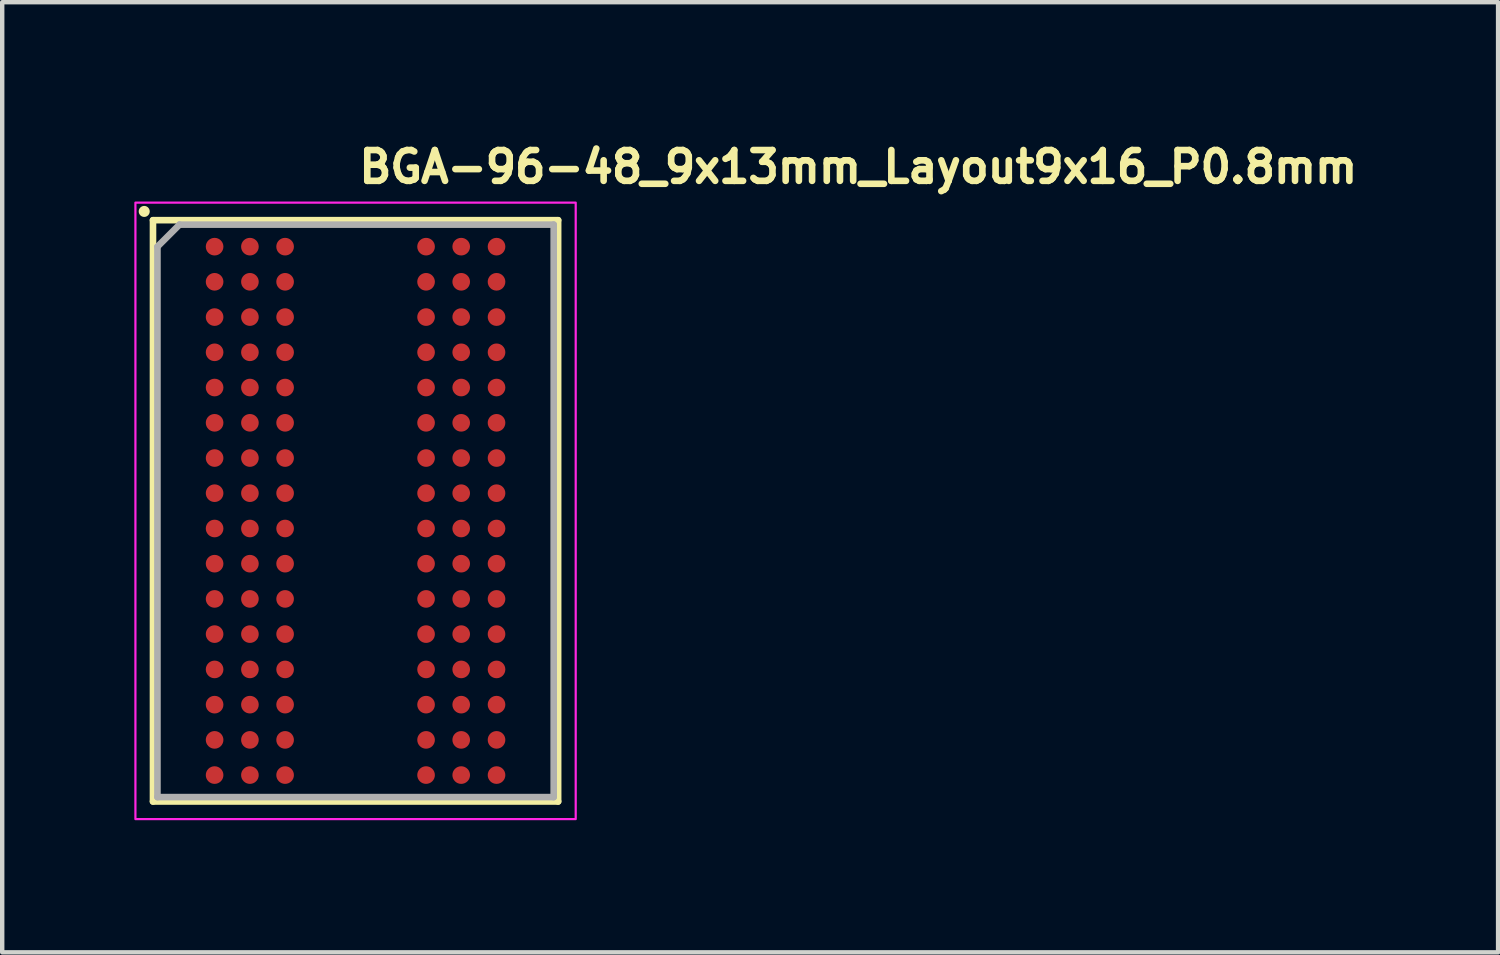
<source format=kicad_pcb>
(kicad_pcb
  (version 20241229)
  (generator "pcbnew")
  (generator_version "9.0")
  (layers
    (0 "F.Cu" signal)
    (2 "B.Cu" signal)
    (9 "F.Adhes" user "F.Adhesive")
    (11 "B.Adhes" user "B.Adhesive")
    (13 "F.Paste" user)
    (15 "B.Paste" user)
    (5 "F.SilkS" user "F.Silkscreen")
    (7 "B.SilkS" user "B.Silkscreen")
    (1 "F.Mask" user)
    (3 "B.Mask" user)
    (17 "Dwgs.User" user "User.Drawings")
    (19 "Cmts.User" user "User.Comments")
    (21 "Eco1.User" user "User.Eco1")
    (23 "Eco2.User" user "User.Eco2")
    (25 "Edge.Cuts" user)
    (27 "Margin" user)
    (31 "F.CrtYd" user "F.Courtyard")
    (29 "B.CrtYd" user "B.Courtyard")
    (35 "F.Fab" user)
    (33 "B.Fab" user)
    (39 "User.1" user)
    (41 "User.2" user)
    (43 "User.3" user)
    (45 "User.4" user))
  (footprint "BGA-96-48_9x13mm_Layout9x16_P0.8mm"
    (layer "F.Cu")
    (at 5.025 8.551)
    (property "Reference" "BGA-96-48_9x13mm_Layout9x16_P0.8mm" (at 0 -7.401 0) (layer "F.SilkS") (effects (font (size 0.7 0.7) (thickness 0.15)) (justify left bottom)))
    (attr smd)
    (fp_line (start -4.601 -6.601) (end -4.601 6.599) (stroke (width 0.15) (type solid)) (layer "F.SilkS"))
    (fp_line (start -4.601 6.599) (end 4.599 6.599) (stroke (width 0.15) (type solid)) (layer "F.SilkS"))
    (fp_line (start 4.599 -6.601) (end -4.601 -6.601) (stroke (width 0.15) (type solid)) (layer "F.SilkS"))
    (fp_line (start 4.599 6.599) (end 4.599 -6.601) (stroke (width 0.15) (type solid)) (layer "F.SilkS"))
    (fp_circle (center -4.8 -6.8) (end -4.75 -6.8) (stroke (width 0.15) (type solid)) (fill yes) (layer "F.SilkS"))
    (fp_rect (start -5 -7) (end 4.998 6.999) (stroke (width 0.05) (type solid)) (fill no) (layer "F.CrtYd"))
    (fp_line (start -4.5 -6) (end -4.5 6.499) (stroke (width 0.15) (type solid)) (layer "F.Fab"))
    (fp_line (start -4.5 6.499) (end 4.498 6.499) (stroke (width 0.15) (type solid)) (layer "F.Fab"))
    (fp_line (start -4 -6.5) (end -4.5 -6) (stroke (width 0.15) (type solid)) (layer "F.Fab"))
    (fp_line (start 4.498 -6.5) (end -4 -6.5) (stroke (width 0.15) (type solid)) (layer "F.Fab"))
    (fp_line (start 4.498 6.499) (end 4.498 -6.5) (stroke (width 0.15) (type solid)) (layer "F.Fab"))
    (fp_rect (start -4.5 -6.5) (end 4.498 6.499) (stroke (width 0.1) (type solid)) (fill no) (layer "User.5"))
    (fp_line (start -4.5 -6.5) (end -4.5 6.499) (stroke (width 0.02) (type solid)) (layer "User.9"))
    (fp_line (start -4.5 -6.5) (end 4.498 -6.5) (stroke (width 0.02) (type solid)) (layer "User.9"))
    (fp_line (start -4.5 6.499) (end 4.498 6.499) (stroke (width 0.02) (type solid)) (layer "User.9"))
    (fp_line (start 4.498 -6.5) (end 4.498 6.499) (stroke (width 0.02) (type solid)) (layer "User.9"))
    (fp_circle (center -4.02 -6.02) (end -3.82 -6.02) (stroke (width 0.02) (type default)) (fill no) (layer "User.9"))
    (pad "A1" smd circle (at -3.202 -6) (size 0.4 0.4) (layers "F.Cu" "F.Mask" "F.Paste"))
    (pad "A2" smd circle (at -2.4 -6) (size 0.4 0.4) (layers "F.Cu" "F.Mask" "F.Paste"))
    (pad "A3" smd circle (at -1.601 -6) (size 0.4 0.4) (layers "F.Cu" "F.Mask" "F.Paste"))
    (pad "A7" smd circle (at 1.6 -6) (size 0.4 0.4) (layers "F.Cu" "F.Mask" "F.Paste"))
    (pad "A8" smd circle (at 2.398 -6) (size 0.4 0.4) (layers "F.Cu" "F.Mask" "F.Paste"))
    (pad "A9" smd circle (at 3.2 -6) (size 0.4 0.4) (layers "F.Cu" "F.Mask" "F.Paste"))
    (pad "B1" smd circle (at -3.202 -5.202) (size 0.4 0.4) (layers "F.Cu" "F.Mask" "F.Paste"))
    (pad "B2" smd circle (at -2.4 -5.202) (size 0.4 0.4) (layers "F.Cu" "F.Mask" "F.Paste"))
    (pad "B3" smd circle (at -1.601 -5.202) (size 0.4 0.4) (layers "F.Cu" "F.Mask" "F.Paste"))
    (pad "B7" smd circle (at 1.6 -5.202) (size 0.4 0.4) (layers "F.Cu" "F.Mask" "F.Paste"))
    (pad "B8" smd circle (at 2.398 -5.202) (size 0.4 0.4) (layers "F.Cu" "F.Mask" "F.Paste"))
    (pad "B9" smd circle (at 3.2 -5.202) (size 0.4 0.4) (layers "F.Cu" "F.Mask" "F.Paste"))
    (pad "C1" smd circle (at -3.202 -4.401) (size 0.4 0.4) (layers "F.Cu" "F.Mask" "F.Paste"))
    (pad "C2" smd circle (at -2.4 -4.401) (size 0.4 0.4) (layers "F.Cu" "F.Mask" "F.Paste"))
    (pad "C3" smd circle (at -1.601 -4.401) (size 0.4 0.4) (layers "F.Cu" "F.Mask" "F.Paste"))
    (pad "C7" smd circle (at 1.6 -4.401) (size 0.4 0.4) (layers "F.Cu" "F.Mask" "F.Paste"))
    (pad "C8" smd circle (at 2.398 -4.401) (size 0.4 0.4) (layers "F.Cu" "F.Mask" "F.Paste"))
    (pad "C9" smd circle (at 3.2 -4.401) (size 0.4 0.4) (layers "F.Cu" "F.Mask" "F.Paste"))
    (pad "D1" smd circle (at -3.202 -3.601) (size 0.4 0.4) (layers "F.Cu" "F.Mask" "F.Paste"))
    (pad "D2" smd circle (at -2.4 -3.601) (size 0.4 0.4) (layers "F.Cu" "F.Mask" "F.Paste"))
    (pad "D3" smd circle (at -1.601 -3.601) (size 0.4 0.4) (layers "F.Cu" "F.Mask" "F.Paste"))
    (pad "D7" smd circle (at 1.6 -3.601) (size 0.4 0.4) (layers "F.Cu" "F.Mask" "F.Paste"))
    (pad "D8" smd circle (at 2.398 -3.601) (size 0.4 0.4) (layers "F.Cu" "F.Mask" "F.Paste"))
    (pad "D9" smd circle (at 3.2 -3.601) (size 0.4 0.4) (layers "F.Cu" "F.Mask" "F.Paste"))
    (pad "E1" smd circle (at -3.202 -2.801) (size 0.4 0.4) (layers "F.Cu" "F.Mask" "F.Paste"))
    (pad "E2" smd circle (at -2.4 -2.801) (size 0.4 0.4) (layers "F.Cu" "F.Mask" "F.Paste"))
    (pad "E3" smd circle (at -1.601 -2.801) (size 0.4 0.4) (layers "F.Cu" "F.Mask" "F.Paste"))
    (pad "E7" smd circle (at 1.6 -2.801) (size 0.4 0.4) (layers "F.Cu" "F.Mask" "F.Paste"))
    (pad "E8" smd circle (at 2.398 -2.801) (size 0.4 0.4) (layers "F.Cu" "F.Mask" "F.Paste"))
    (pad "E9" smd circle (at 3.2 -2.801) (size 0.4 0.4) (layers "F.Cu" "F.Mask" "F.Paste"))
    (pad "F1" smd circle (at -3.202 -2) (size 0.4 0.4) (layers "F.Cu" "F.Mask" "F.Paste"))
    (pad "F2" smd circle (at -2.4 -2) (size 0.4 0.4) (layers "F.Cu" "F.Mask" "F.Paste"))
    (pad "F3" smd circle (at -1.601 -2) (size 0.4 0.4) (layers "F.Cu" "F.Mask" "F.Paste"))
    (pad "F7" smd circle (at 1.6 -2) (size 0.4 0.4) (layers "F.Cu" "F.Mask" "F.Paste"))
    (pad "F8" smd circle (at 2.398 -2) (size 0.4 0.4) (layers "F.Cu" "F.Mask" "F.Paste"))
    (pad "F9" smd circle (at 3.2 -2) (size 0.4 0.4) (layers "F.Cu" "F.Mask" "F.Paste"))
    (pad "G1" smd circle (at -3.202 -1.2) (size 0.4 0.4) (layers "F.Cu" "F.Mask" "F.Paste"))
    (pad "G2" smd circle (at -2.4 -1.2) (size 0.4 0.4) (layers "F.Cu" "F.Mask" "F.Paste"))
    (pad "G3" smd circle (at -1.601 -1.2) (size 0.4 0.4) (layers "F.Cu" "F.Mask" "F.Paste"))
    (pad "G7" smd circle (at 1.6 -1.2) (size 0.4 0.4) (layers "F.Cu" "F.Mask" "F.Paste"))
    (pad "G8" smd circle (at 2.398 -1.2) (size 0.4 0.4) (layers "F.Cu" "F.Mask" "F.Paste"))
    (pad "G9" smd circle (at 3.2 -1.2) (size 0.4 0.4) (layers "F.Cu" "F.Mask" "F.Paste"))
    (pad "H1" smd circle (at -3.202 -0.402) (size 0.4 0.4) (layers "F.Cu" "F.Mask" "F.Paste"))
    (pad "H2" smd circle (at -2.4 -0.402) (size 0.4 0.4) (layers "F.Cu" "F.Mask" "F.Paste"))
    (pad "H3" smd circle (at -1.601 -0.402) (size 0.4 0.4) (layers "F.Cu" "F.Mask" "F.Paste"))
    (pad "H7" smd circle (at 1.6 -0.402) (size 0.4 0.4) (layers "F.Cu" "F.Mask" "F.Paste"))
    (pad "H8" smd circle (at 2.398 -0.402) (size 0.4 0.4) (layers "F.Cu" "F.Mask" "F.Paste"))
    (pad "H9" smd circle (at 3.2 -0.402) (size 0.4 0.4) (layers "F.Cu" "F.Mask" "F.Paste"))
    (pad "J1" smd circle (at -3.202 0.4) (size 0.4 0.4) (layers "F.Cu" "F.Mask" "F.Paste"))
    (pad "J2" smd circle (at -2.4 0.4) (size 0.4 0.4) (layers "F.Cu" "F.Mask" "F.Paste"))
    (pad "J3" smd circle (at -1.601 0.4) (size 0.4 0.4) (layers "F.Cu" "F.Mask" "F.Paste"))
    (pad "J7" smd circle (at 1.6 0.4) (size 0.4 0.4) (layers "F.Cu" "F.Mask" "F.Paste"))
    (pad "J8" smd circle (at 2.398 0.4) (size 0.4 0.4) (layers "F.Cu" "F.Mask" "F.Paste"))
    (pad "J9" smd circle (at 3.2 0.4) (size 0.4 0.4) (layers "F.Cu" "F.Mask" "F.Paste"))
    (pad "K1" smd circle (at -3.202 1.199) (size 0.4 0.4) (layers "F.Cu" "F.Mask" "F.Paste"))
    (pad "K2" smd circle (at -2.4 1.199) (size 0.4 0.4) (layers "F.Cu" "F.Mask" "F.Paste"))
    (pad "K3" smd circle (at -1.601 1.199) (size 0.4 0.4) (layers "F.Cu" "F.Mask" "F.Paste"))
    (pad "K7" smd circle (at 1.6 1.199) (size 0.4 0.4) (layers "F.Cu" "F.Mask" "F.Paste"))
    (pad "K8" smd circle (at 2.398 1.199) (size 0.4 0.4) (layers "F.Cu" "F.Mask" "F.Paste"))
    (pad "K9" smd circle (at 3.2 1.199) (size 0.4 0.4) (layers "F.Cu" "F.Mask" "F.Paste"))
    (pad "L1" smd circle (at -3.202 1.999) (size 0.4 0.4) (layers "F.Cu" "F.Mask" "F.Paste"))
    (pad "L2" smd circle (at -2.4 1.999) (size 0.4 0.4) (layers "F.Cu" "F.Mask" "F.Paste"))
    (pad "L3" smd circle (at -1.601 1.999) (size 0.4 0.4) (layers "F.Cu" "F.Mask" "F.Paste"))
    (pad "L7" smd circle (at 1.6 1.999) (size 0.4 0.4) (layers "F.Cu" "F.Mask" "F.Paste"))
    (pad "L8" smd circle (at 2.398 1.999) (size 0.4 0.4) (layers "F.Cu" "F.Mask" "F.Paste"))
    (pad "L9" smd circle (at 3.2 1.999) (size 0.4 0.4) (layers "F.Cu" "F.Mask" "F.Paste"))
    (pad "M1" smd circle (at -3.202 2.798) (size 0.4 0.4) (layers "F.Cu" "F.Mask" "F.Paste"))
    (pad "M2" smd circle (at -2.4 2.798) (size 0.4 0.4) (layers "F.Cu" "F.Mask" "F.Paste"))
    (pad "M3" smd circle (at -1.601 2.798) (size 0.4 0.4) (layers "F.Cu" "F.Mask" "F.Paste"))
    (pad "M7" smd circle (at 1.6 2.798) (size 0.4 0.4) (layers "F.Cu" "F.Mask" "F.Paste"))
    (pad "M8" smd circle (at 2.398 2.798) (size 0.4 0.4) (layers "F.Cu" "F.Mask" "F.Paste"))
    (pad "M9" smd circle (at 3.2 2.798) (size 0.4 0.4) (layers "F.Cu" "F.Mask" "F.Paste"))
    (pad "N1" smd circle (at -3.202 3.6) (size 0.4 0.4) (layers "F.Cu" "F.Mask" "F.Paste"))
    (pad "N2" smd circle (at -2.4 3.6) (size 0.4 0.4) (layers "F.Cu" "F.Mask" "F.Paste"))
    (pad "N3" smd circle (at -1.601 3.6) (size 0.4 0.4) (layers "F.Cu" "F.Mask" "F.Paste"))
    (pad "N7" smd circle (at 1.6 3.6) (size 0.4 0.4) (layers "F.Cu" "F.Mask" "F.Paste"))
    (pad "N8" smd circle (at 2.398 3.6) (size 0.4 0.4) (layers "F.Cu" "F.Mask" "F.Paste"))
    (pad "N9" smd circle (at 3.2 3.6) (size 0.4 0.4) (layers "F.Cu" "F.Mask" "F.Paste"))
    (pad "P1" smd circle (at -3.202 4.4) (size 0.4 0.4) (layers "F.Cu" "F.Mask" "F.Paste"))
    (pad "P2" smd circle (at -2.4 4.4) (size 0.4 0.4) (layers "F.Cu" "F.Mask" "F.Paste"))
    (pad "P3" smd circle (at -1.601 4.4) (size 0.4 0.4) (layers "F.Cu" "F.Mask" "F.Paste"))
    (pad "P7" smd circle (at 1.6 4.4) (size 0.4 0.4) (layers "F.Cu" "F.Mask" "F.Paste"))
    (pad "P8" smd circle (at 2.398 4.4) (size 0.4 0.4) (layers "F.Cu" "F.Mask" "F.Paste"))
    (pad "P9" smd circle (at 3.2 4.4) (size 0.4 0.4) (layers "F.Cu" "F.Mask" "F.Paste"))
    (pad "R1" smd circle (at -3.202 5.2) (size 0.4 0.4) (layers "F.Cu" "F.Mask" "F.Paste"))
    (pad "R2" smd circle (at -2.4 5.2) (size 0.4 0.4) (layers "F.Cu" "F.Mask" "F.Paste"))
    (pad "R3" smd circle (at -1.601 5.2) (size 0.4 0.4) (layers "F.Cu" "F.Mask" "F.Paste"))
    (pad "R7" smd circle (at 1.6 5.2) (size 0.4 0.4) (layers "F.Cu" "F.Mask" "F.Paste"))
    (pad "R8" smd circle (at 2.398 5.2) (size 0.4 0.4) (layers "F.Cu" "F.Mask" "F.Paste"))
    (pad "R9" smd circle (at 3.2 5.2) (size 0.4 0.4) (layers "F.Cu" "F.Mask" "F.Paste"))
    (pad "T1" smd circle (at -3.202 5.999) (size 0.4 0.4) (layers "F.Cu" "F.Mask" "F.Paste"))
    (pad "T2" smd circle (at -2.4 5.999) (size 0.4 0.4) (layers "F.Cu" "F.Mask" "F.Paste"))
    (pad "T3" smd circle (at -1.601 5.999) (size 0.4 0.4) (layers "F.Cu" "F.Mask" "F.Paste"))
    (pad "T7" smd circle (at 1.6 5.999) (size 0.4 0.4) (layers "F.Cu" "F.Mask" "F.Paste"))
    (pad "T8" smd circle (at 2.398 5.999) (size 0.4 0.4) (layers "F.Cu" "F.Mask" "F.Paste"))
    (pad "T9" smd circle (at 3.2 5.999) (size 0.4 0.4) (layers "F.Cu" "F.Mask" "F.Paste")))
  (gr_rect
    (start -3 -3)
    (end 30.968 18.575)
    (stroke (width 0.1) (type default))
    (fill no)
    (layer "Edge.Cuts")))
</source>
